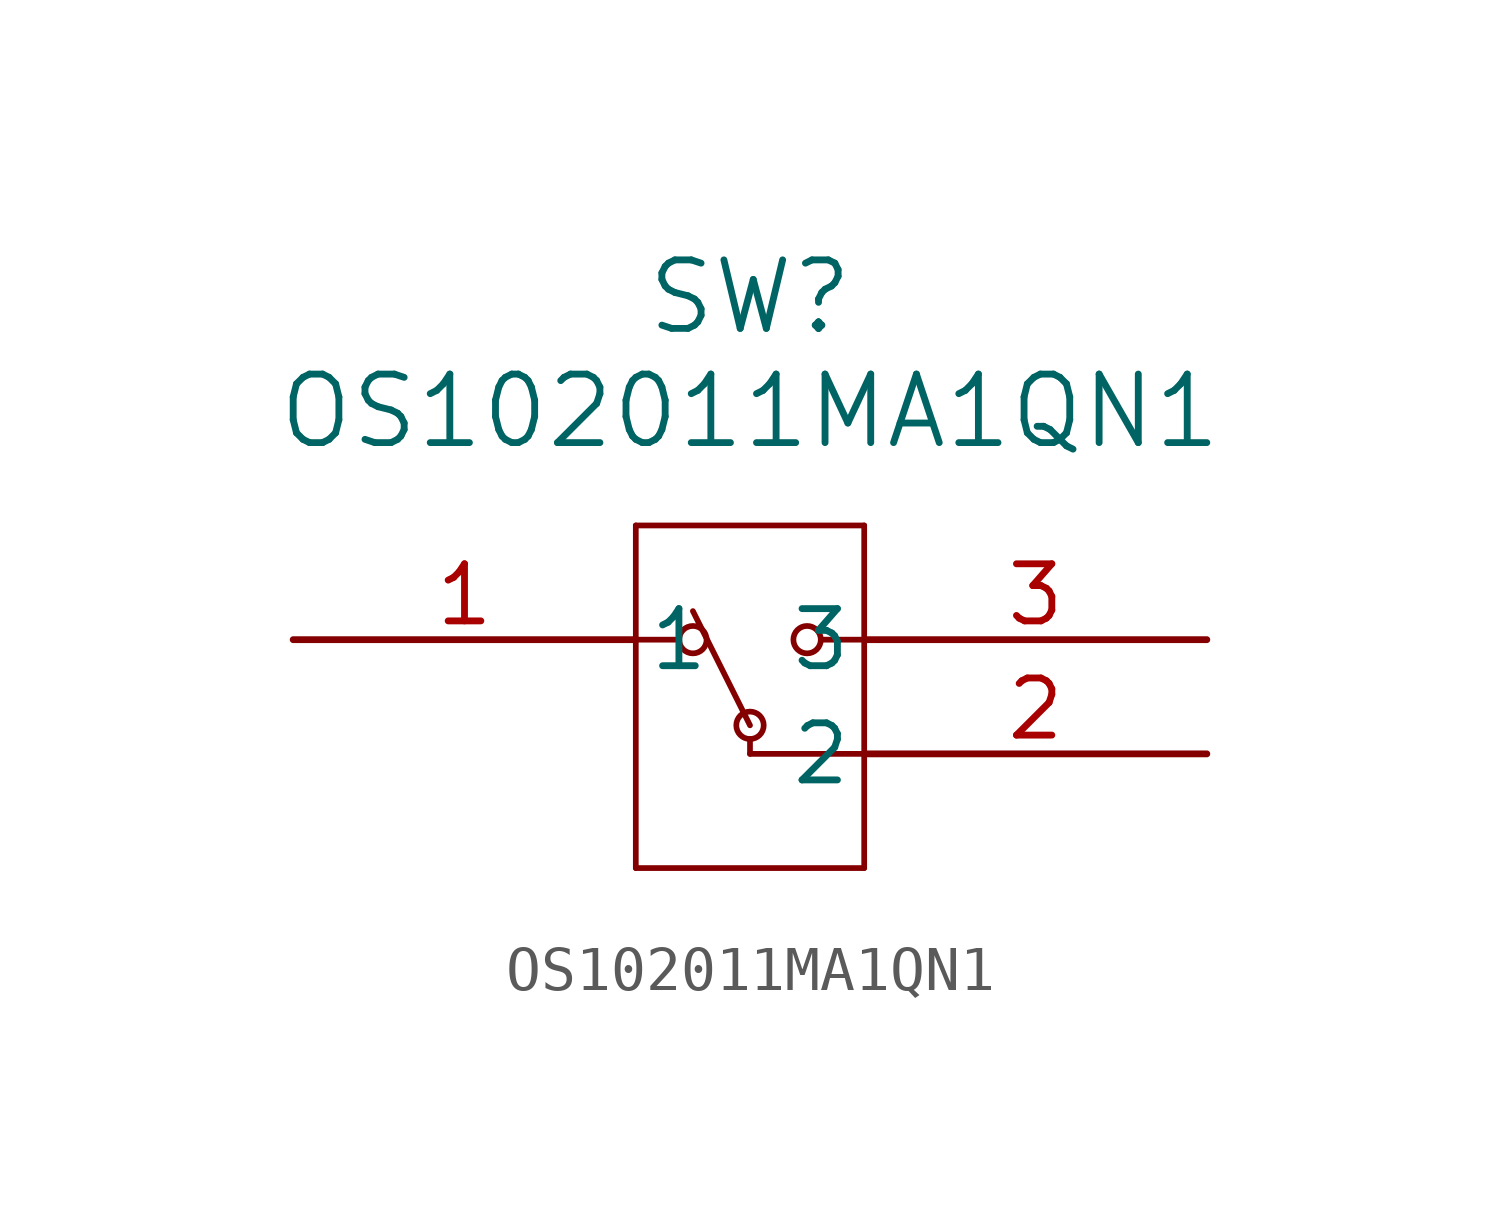
<source format=kicad_sym>
(kicad_symbol_lib
  (version 20211014)
  (generator kicad_symbol_editor)
  (symbol "OS102011MA1QN1"
    (pin_names
      (offset 0.254))
    (property "Reference" "SW"
      (at 10.16 7.62 0)
      (effects (font (size 1.524 1.524))))
    (property "Value" "OS102011MA1QN1"
      (at 10.16 5.08 0)
      (effects (font (size 1.524 1.524))))
    (symbol "OS102011MA1QN1_0_1"
      (polyline (pts (xy 7.62 2.54) (xy 7.62 -5.08)) (stroke (width 0.127) (type default) (color 0 0 0 0)) (fill (type none)))
      (polyline (pts (xy 7.62 -5.08) (xy 12.7 -5.08)) (stroke (width 0.127) (type default) (color 0 0 0 0)) (fill (type none)))
      (polyline (pts (xy 12.7 -5.08) (xy 12.7 2.54)) (stroke (width 0.127) (type default) (color 0 0 0 0)) (fill (type none)))
      (polyline (pts (xy 12.7 2.54) (xy 7.62 2.54)) (stroke (width 0.127) (type default) (color 0 0 0 0)) (fill (type none)))
      (polyline (pts (xy 7.62 0) (xy 8.572 0)) (stroke (width 0.127) (type default) (color 0 0 0 0)) (fill (type none)))
      (polyline (pts (xy 11.748 0) (xy 12.7 0)) (stroke (width 0.127) (type default) (color 0 0 0 0)) (fill (type none)))
      (polyline (pts (xy 10.16 -2.54) (xy 12.7 -2.54)) (stroke (width 0.127) (type default) (color 0 0 0 0)) (fill (type none)))
      (polyline (pts (xy 10.16 -2.54) (xy 10.16 -2.21)) (stroke (width 0.127) (type default) (color 0 0 0 0)) (fill (type none)))
      (circle (center 8.89 0) (radius 0.305) (stroke (width 0.127) (type default) (color 0 0 0 0)) (fill (type none)))
      (circle (center 11.43 0) (radius 0.305) (stroke (width 0.127) (type default) (color 0 0 0 0)) (fill (type none)))
      (circle (center 10.16 -1.905) (radius 0.305) (stroke (width 0.127) (type default) (color 0 0 0 0)) (fill (type none)))
      (polyline (pts (xy 10.16 -1.905) (xy 8.89 0.635)) (stroke (width 0.127) (type default) (color 0 0 0 0)) (fill (type none)))
      (pin unspecified line (at 0 0 0) (length 7.62) (name "1" (effects (font (size 1.27 1.27)))) (number "1" (effects (font (size 1.27 1.27)))))
      (pin unspecified line (at 20.32 -2.54 180) (length 7.62) (name "2" (effects (font (size 1.27 1.27)))) (number "2" (effects (font (size 1.27 1.27)))))
      (pin unspecified line (at 20.32 0 180) (length 7.62) (name "3" (effects (font (size 1.27 1.27)))) (number "3" (effects (font (size 1.27 1.27))))))))
</source>
